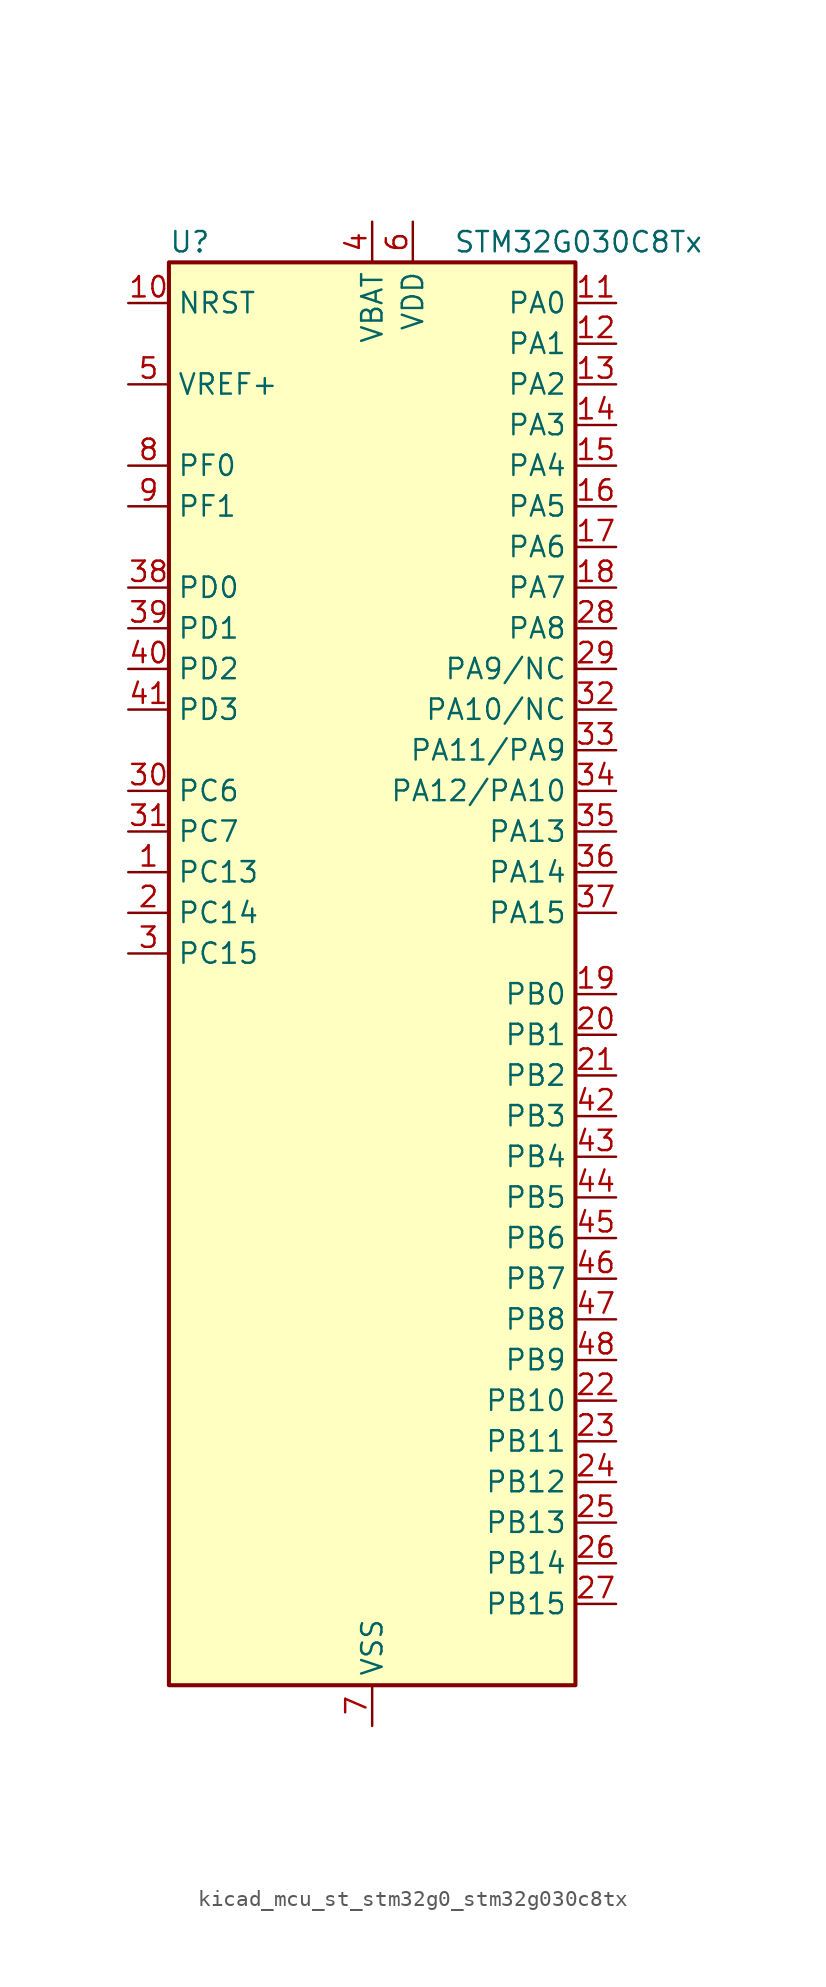
<source format=kicad_sym>
(kicad_symbol_lib
  (version 20220914)
  (generator kicad_symbol_editor)
  (symbol "kicad_mcu_st_stm32g0_stm32g030c8tx"
    (property "Reference" "U"
      (at -12.7 46.99 0)
      (effects (font (size 1.27 1.27)) (justify left)))
    (property "Value" "STM32G030C8Tx"
      (at 5.08 46.99 0)
      (effects (font (size 1.27 1.27)) (justify left)))
    (property "ki_locked" ""
      (at 0 0 0)
      (effects (font (size 1.27 1.27))))
    (symbol "kicad_mcu_st_stm32g0_stm32g030c8tx_0_1"
      (rectangle (start -12.7 -43.18) (end 12.7 45.72) (stroke (width 0.254) (type default)) (fill (type background))))
    (symbol "kicad_mcu_st_stm32g0_stm32g030c8tx_1_1"
      (pin bidirectional line (at -15.24 7.62 0) (length 2.54) (name "PC13" (effects (font (size 1.27 1.27)))) (number "1" (effects (font (size 1.27 1.27)))) (alternate "RTC_OUT_ALARM" bidirectional line) (alternate "RTC_OUT_CALIB" bidirectional line) (alternate "RTC_TAMP_IN1" bidirectional line) (alternate "RTC_TS" bidirectional line) (alternate "SYS_WKUP2" bidirectional line) (alternate "TIM1_BK" bidirectional line))
      (pin input line (at -15.24 43.18 0) (length 2.54) (name "NRST" (effects (font (size 1.27 1.27)))) (number "10" (effects (font (size 1.27 1.27)))))
      (pin bidirectional line (at 15.24 43.18 180) (length 2.54) (name "PA0" (effects (font (size 1.27 1.27)))) (number "11" (effects (font (size 1.27 1.27)))) (alternate "ADC1_IN0" bidirectional line) (alternate "RTC_TAMP_IN2" bidirectional line) (alternate "SPI2_SCK" bidirectional line) (alternate "SYS_WKUP1" bidirectional line) (alternate "USART2_CTS" bidirectional line) (alternate "USART2_NSS" bidirectional line))
      (pin bidirectional line (at 15.24 40.64 180) (length 2.54) (name "PA1" (effects (font (size 1.27 1.27)))) (number "12" (effects (font (size 1.27 1.27)))) (alternate "ADC1_IN1" bidirectional line) (alternate "I2C1_SMBA" bidirectional line) (alternate "I2S1_CK" bidirectional line) (alternate "SPI1_SCK" bidirectional line) (alternate "USART2_CK" bidirectional line) (alternate "USART2_DE" bidirectional line) (alternate "USART2_RTS" bidirectional line))
      (pin bidirectional line (at 15.24 38.1 180) (length 2.54) (name "PA2" (effects (font (size 1.27 1.27)))) (number "13" (effects (font (size 1.27 1.27)))) (alternate "ADC1_IN2" bidirectional line) (alternate "I2S1_SD" bidirectional line) (alternate "RCC_LSCO" bidirectional line) (alternate "SPI1_MOSI" bidirectional line) (alternate "SYS_WKUP4" bidirectional line) (alternate "USART2_TX" bidirectional line))
      (pin bidirectional line (at 15.24 35.56 180) (length 2.54) (name "PA3" (effects (font (size 1.27 1.27)))) (number "14" (effects (font (size 1.27 1.27)))) (alternate "ADC1_IN3" bidirectional line) (alternate "SPI2_MISO" bidirectional line) (alternate "USART2_RX" bidirectional line))
      (pin bidirectional line (at 15.24 33.02 180) (length 2.54) (name "PA4" (effects (font (size 1.27 1.27)))) (number "15" (effects (font (size 1.27 1.27)))) (alternate "ADC1_IN4" bidirectional line) (alternate "I2S1_WS" bidirectional line) (alternate "RTC_OUT_ALARM" bidirectional line) (alternate "RTC_OUT_CALIB" bidirectional line) (alternate "SPI1_NSS" bidirectional line) (alternate "SPI2_MOSI" bidirectional line) (alternate "TIM14_CH1" bidirectional line))
      (pin bidirectional line (at 15.24 30.48 180) (length 2.54) (name "PA5" (effects (font (size 1.27 1.27)))) (number "16" (effects (font (size 1.27 1.27)))) (alternate "ADC1_IN5" bidirectional line) (alternate "I2S1_CK" bidirectional line) (alternate "SPI1_SCK" bidirectional line))
      (pin bidirectional line (at 15.24 27.94 180) (length 2.54) (name "PA6" (effects (font (size 1.27 1.27)))) (number "17" (effects (font (size 1.27 1.27)))) (alternate "ADC1_IN6" bidirectional line) (alternate "I2S1_MCK" bidirectional line) (alternate "SPI1_MISO" bidirectional line) (alternate "TIM16_CH1" bidirectional line) (alternate "TIM1_BK" bidirectional line) (alternate "TIM3_CH1" bidirectional line))
      (pin bidirectional line (at 15.24 25.4 180) (length 2.54) (name "PA7" (effects (font (size 1.27 1.27)))) (number "18" (effects (font (size 1.27 1.27)))) (alternate "ADC1_IN7" bidirectional line) (alternate "I2S1_SD" bidirectional line) (alternate "SPI1_MOSI" bidirectional line) (alternate "TIM14_CH1" bidirectional line) (alternate "TIM17_CH1" bidirectional line) (alternate "TIM1_CH1N" bidirectional line) (alternate "TIM3_CH2" bidirectional line))
      (pin bidirectional line (at 15.24 0 180) (length 2.54) (name "PB0" (effects (font (size 1.27 1.27)))) (number "19" (effects (font (size 1.27 1.27)))) (alternate "ADC1_IN8" bidirectional line) (alternate "I2S1_WS" bidirectional line) (alternate "SPI1_NSS" bidirectional line) (alternate "TIM1_CH2N" bidirectional line) (alternate "TIM3_CH3" bidirectional line))
      (pin bidirectional line (at -15.24 5.08 0) (length 2.54) (name "PC14" (effects (font (size 1.27 1.27)))) (number "2" (effects (font (size 1.27 1.27)))) (alternate "RCC_OSC32_IN" bidirectional line) (alternate "TIM1_BK2" bidirectional line))
      (pin bidirectional line (at 15.24 -2.54 180) (length 2.54) (name "PB1" (effects (font (size 1.27 1.27)))) (number "20" (effects (font (size 1.27 1.27)))) (alternate "ADC1_IN9" bidirectional line) (alternate "TIM14_CH1" bidirectional line) (alternate "TIM1_CH3N" bidirectional line) (alternate "TIM3_CH4" bidirectional line))
      (pin bidirectional line (at 15.24 -5.08 180) (length 2.54) (name "PB2" (effects (font (size 1.27 1.27)))) (number "21" (effects (font (size 1.27 1.27)))) (alternate "ADC1_IN10" bidirectional line) (alternate "SPI2_MISO" bidirectional line))
      (pin bidirectional line (at 15.24 -25.4 180) (length 2.54) (name "PB10" (effects (font (size 1.27 1.27)))) (number "22" (effects (font (size 1.27 1.27)))) (alternate "ADC1_IN11" bidirectional line) (alternate "I2C2_SCL" bidirectional line) (alternate "SPI2_SCK" bidirectional line))
      (pin bidirectional line (at 15.24 -27.94 180) (length 2.54) (name "PB11" (effects (font (size 1.27 1.27)))) (number "23" (effects (font (size 1.27 1.27)))) (alternate "ADC1_EXTI11" bidirectional line) (alternate "ADC1_IN15" bidirectional line) (alternate "I2C2_SDA" bidirectional line) (alternate "SPI2_MOSI" bidirectional line))
      (pin bidirectional line (at 15.24 -30.48 180) (length 2.54) (name "PB12" (effects (font (size 1.27 1.27)))) (number "24" (effects (font (size 1.27 1.27)))) (alternate "ADC1_IN16" bidirectional line) (alternate "SPI2_NSS" bidirectional line) (alternate "TIM1_BK" bidirectional line))
      (pin bidirectional line (at 15.24 -33.02 180) (length 2.54) (name "PB13" (effects (font (size 1.27 1.27)))) (number "25" (effects (font (size 1.27 1.27)))) (alternate "I2C2_SCL" bidirectional line) (alternate "SPI2_SCK" bidirectional line) (alternate "TIM1_CH1N" bidirectional line))
      (pin bidirectional line (at 15.24 -35.56 180) (length 2.54) (name "PB14" (effects (font (size 1.27 1.27)))) (number "26" (effects (font (size 1.27 1.27)))) (alternate "I2C2_SDA" bidirectional line) (alternate "SPI2_MISO" bidirectional line) (alternate "TIM1_CH2N" bidirectional line))
      (pin bidirectional line (at 15.24 -38.1 180) (length 2.54) (name "PB15" (effects (font (size 1.27 1.27)))) (number "27" (effects (font (size 1.27 1.27)))) (alternate "RTC_REFIN" bidirectional line) (alternate "SPI2_MOSI" bidirectional line) (alternate "TIM1_CH3N" bidirectional line))
      (pin bidirectional line (at 15.24 22.86 180) (length 2.54) (name "PA8" (effects (font (size 1.27 1.27)))) (number "28" (effects (font (size 1.27 1.27)))) (alternate "RCC_MCO" bidirectional line) (alternate "SPI2_NSS" bidirectional line) (alternate "TIM1_CH1" bidirectional line))
      (pin bidirectional line (at 15.24 20.32 180) (length 2.54) (name "PA9/NC" (effects (font (size 1.27 1.27)))) (number "29" (effects (font (size 1.27 1.27)))) (alternate "I2C1_SCL" bidirectional line) (alternate "RCC_MCO" bidirectional line) (alternate "SPI2_MISO" bidirectional line) (alternate "TIM1_CH2" bidirectional line) (alternate "USART1_TX" bidirectional line))
      (pin bidirectional line (at -15.24 2.54 0) (length 2.54) (name "PC15" (effects (font (size 1.27 1.27)))) (number "3" (effects (font (size 1.27 1.27)))) (alternate "RCC_OSC32_EN" bidirectional line) (alternate "RCC_OSC32_OUT" bidirectional line) (alternate "RCC_OSC_EN" bidirectional line))
      (pin bidirectional line (at -15.24 12.7 0) (length 2.54) (name "PC6" (effects (font (size 1.27 1.27)))) (number "30" (effects (font (size 1.27 1.27)))) (alternate "TIM3_CH1" bidirectional line))
      (pin bidirectional line (at -15.24 10.16 0) (length 2.54) (name "PC7" (effects (font (size 1.27 1.27)))) (number "31" (effects (font (size 1.27 1.27)))) (alternate "TIM3_CH2" bidirectional line))
      (pin bidirectional line (at 15.24 17.78 180) (length 2.54) (name "PA10/NC" (effects (font (size 1.27 1.27)))) (number "32" (effects (font (size 1.27 1.27)))) (alternate "I2C1_SDA" bidirectional line) (alternate "SPI2_MOSI" bidirectional line) (alternate "TIM17_BK" bidirectional line) (alternate "TIM1_CH3" bidirectional line) (alternate "USART1_RX" bidirectional line))
      (pin bidirectional line (at 15.24 15.24 180) (length 2.54) (name "PA11/PA9" (effects (font (size 1.27 1.27)))) (number "33" (effects (font (size 1.27 1.27)))) (alternate "ADC1_EXTI11" bidirectional line) (alternate "I2C2_SCL" bidirectional line) (alternate "I2S1_MCK" bidirectional line) (alternate "SPI1_MISO" bidirectional line) (alternate "TIM1_BK2" bidirectional line) (alternate "TIM1_CH4" bidirectional line) (alternate "USART1_CTS" bidirectional line) (alternate "USART1_NSS" bidirectional line))
      (pin bidirectional line (at 15.24 12.7 180) (length 2.54) (name "PA12/PA10" (effects (font (size 1.27 1.27)))) (number "34" (effects (font (size 1.27 1.27)))) (alternate "I2C2_SDA" bidirectional line) (alternate "I2S1_SD" bidirectional line) (alternate "I2S_CKIN" bidirectional line) (alternate "SPI1_MOSI" bidirectional line) (alternate "TIM1_ETR" bidirectional line) (alternate "USART1_CK" bidirectional line) (alternate "USART1_DE" bidirectional line) (alternate "USART1_RTS" bidirectional line))
      (pin bidirectional line (at 15.24 10.16 180) (length 2.54) (name "PA13" (effects (font (size 1.27 1.27)))) (number "35" (effects (font (size 1.27 1.27)))) (alternate "ADC1_IN17" bidirectional line) (alternate "IR_OUT" bidirectional line) (alternate "SYS_SWDIO" bidirectional line))
      (pin bidirectional line (at 15.24 7.62 180) (length 2.54) (name "PA14" (effects (font (size 1.27 1.27)))) (number "36" (effects (font (size 1.27 1.27)))) (alternate "ADC1_IN18" bidirectional line) (alternate "SYS_SWCLK" bidirectional line) (alternate "USART2_TX" bidirectional line))
      (pin bidirectional line (at 15.24 5.08 180) (length 2.54) (name "PA15" (effects (font (size 1.27 1.27)))) (number "37" (effects (font (size 1.27 1.27)))) (alternate "I2S1_WS" bidirectional line) (alternate "SPI1_NSS" bidirectional line) (alternate "USART2_RX" bidirectional line))
      (pin bidirectional line (at -15.24 25.4 0) (length 2.54) (name "PD0" (effects (font (size 1.27 1.27)))) (number "38" (effects (font (size 1.27 1.27)))) (alternate "SPI2_NSS" bidirectional line) (alternate "TIM16_CH1" bidirectional line))
      (pin bidirectional line (at -15.24 22.86 0) (length 2.54) (name "PD1" (effects (font (size 1.27 1.27)))) (number "39" (effects (font (size 1.27 1.27)))) (alternate "SPI2_SCK" bidirectional line) (alternate "TIM17_CH1" bidirectional line))
      (pin power_in line (at 0 48.26 270) (length 2.54) (name "VBAT" (effects (font (size 1.27 1.27)))) (number "4" (effects (font (size 1.27 1.27)))))
      (pin bidirectional line (at -15.24 20.32 0) (length 2.54) (name "PD2" (effects (font (size 1.27 1.27)))) (number "40" (effects (font (size 1.27 1.27)))) (alternate "TIM1_CH1N" bidirectional line) (alternate "TIM3_ETR" bidirectional line))
      (pin bidirectional line (at -15.24 17.78 0) (length 2.54) (name "PD3" (effects (font (size 1.27 1.27)))) (number "41" (effects (font (size 1.27 1.27)))) (alternate "SPI2_MISO" bidirectional line) (alternate "TIM1_CH2N" bidirectional line) (alternate "USART2_CTS" bidirectional line) (alternate "USART2_NSS" bidirectional line))
      (pin bidirectional line (at 15.24 -7.62 180) (length 2.54) (name "PB3" (effects (font (size 1.27 1.27)))) (number "42" (effects (font (size 1.27 1.27)))) (alternate "I2S1_CK" bidirectional line) (alternate "SPI1_SCK" bidirectional line) (alternate "TIM1_CH2" bidirectional line) (alternate "USART1_CK" bidirectional line) (alternate "USART1_DE" bidirectional line) (alternate "USART1_RTS" bidirectional line))
      (pin bidirectional line (at 15.24 -10.16 180) (length 2.54) (name "PB4" (effects (font (size 1.27 1.27)))) (number "43" (effects (font (size 1.27 1.27)))) (alternate "I2S1_MCK" bidirectional line) (alternate "SPI1_MISO" bidirectional line) (alternate "TIM17_BK" bidirectional line) (alternate "TIM3_CH1" bidirectional line) (alternate "USART1_CTS" bidirectional line) (alternate "USART1_NSS" bidirectional line))
      (pin bidirectional line (at 15.24 -12.7 180) (length 2.54) (name "PB5" (effects (font (size 1.27 1.27)))) (number "44" (effects (font (size 1.27 1.27)))) (alternate "I2C1_SMBA" bidirectional line) (alternate "I2S1_SD" bidirectional line) (alternate "SPI1_MOSI" bidirectional line) (alternate "SYS_WKUP6" bidirectional line) (alternate "TIM16_BK" bidirectional line) (alternate "TIM3_CH2" bidirectional line))
      (pin bidirectional line (at 15.24 -15.24 180) (length 2.54) (name "PB6" (effects (font (size 1.27 1.27)))) (number "45" (effects (font (size 1.27 1.27)))) (alternate "I2C1_SCL" bidirectional line) (alternate "SPI2_MISO" bidirectional line) (alternate "TIM16_CH1N" bidirectional line) (alternate "TIM1_CH3" bidirectional line) (alternate "USART1_TX" bidirectional line))
      (pin bidirectional line (at 15.24 -17.78 180) (length 2.54) (name "PB7" (effects (font (size 1.27 1.27)))) (number "46" (effects (font (size 1.27 1.27)))) (alternate "I2C1_SDA" bidirectional line) (alternate "SPI2_MOSI" bidirectional line) (alternate "SYS_PVD_IN" bidirectional line) (alternate "TIM17_CH1N" bidirectional line) (alternate "USART1_RX" bidirectional line))
      (pin bidirectional line (at 15.24 -20.32 180) (length 2.54) (name "PB8" (effects (font (size 1.27 1.27)))) (number "47" (effects (font (size 1.27 1.27)))) (alternate "I2C1_SCL" bidirectional line) (alternate "SPI2_SCK" bidirectional line) (alternate "TIM16_CH1" bidirectional line))
      (pin bidirectional line (at 15.24 -22.86 180) (length 2.54) (name "PB9" (effects (font (size 1.27 1.27)))) (number "48" (effects (font (size 1.27 1.27)))) (alternate "I2C1_SDA" bidirectional line) (alternate "IR_OUT" bidirectional line) (alternate "SPI2_NSS" bidirectional line) (alternate "TIM17_CH1" bidirectional line))
      (pin input line (at -15.24 38.1 0) (length 2.54) (name "VREF+" (effects (font (size 1.27 1.27)))) (number "5" (effects (font (size 1.27 1.27)))) (alternate "VREFBUF_OUT" bidirectional line))
      (pin power_in line (at 2.54 48.26 270) (length 2.54) (name "VDD" (effects (font (size 1.27 1.27)))) (number "6" (effects (font (size 1.27 1.27)))))
      (pin power_in line (at 0 -45.72 90) (length 2.54) (name "VSS" (effects (font (size 1.27 1.27)))) (number "7" (effects (font (size 1.27 1.27)))))
      (pin bidirectional line (at -15.24 33.02 0) (length 2.54) (name "PF0" (effects (font (size 1.27 1.27)))) (number "8" (effects (font (size 1.27 1.27)))) (alternate "RCC_OSC_IN" bidirectional line) (alternate "TIM14_CH1" bidirectional line))
      (pin bidirectional line (at -15.24 30.48 0) (length 2.54) (name "PF1" (effects (font (size 1.27 1.27)))) (number "9" (effects (font (size 1.27 1.27)))) (alternate "RCC_OSC_EN" bidirectional line) (alternate "RCC_OSC_OUT" bidirectional line)))))
</source>
